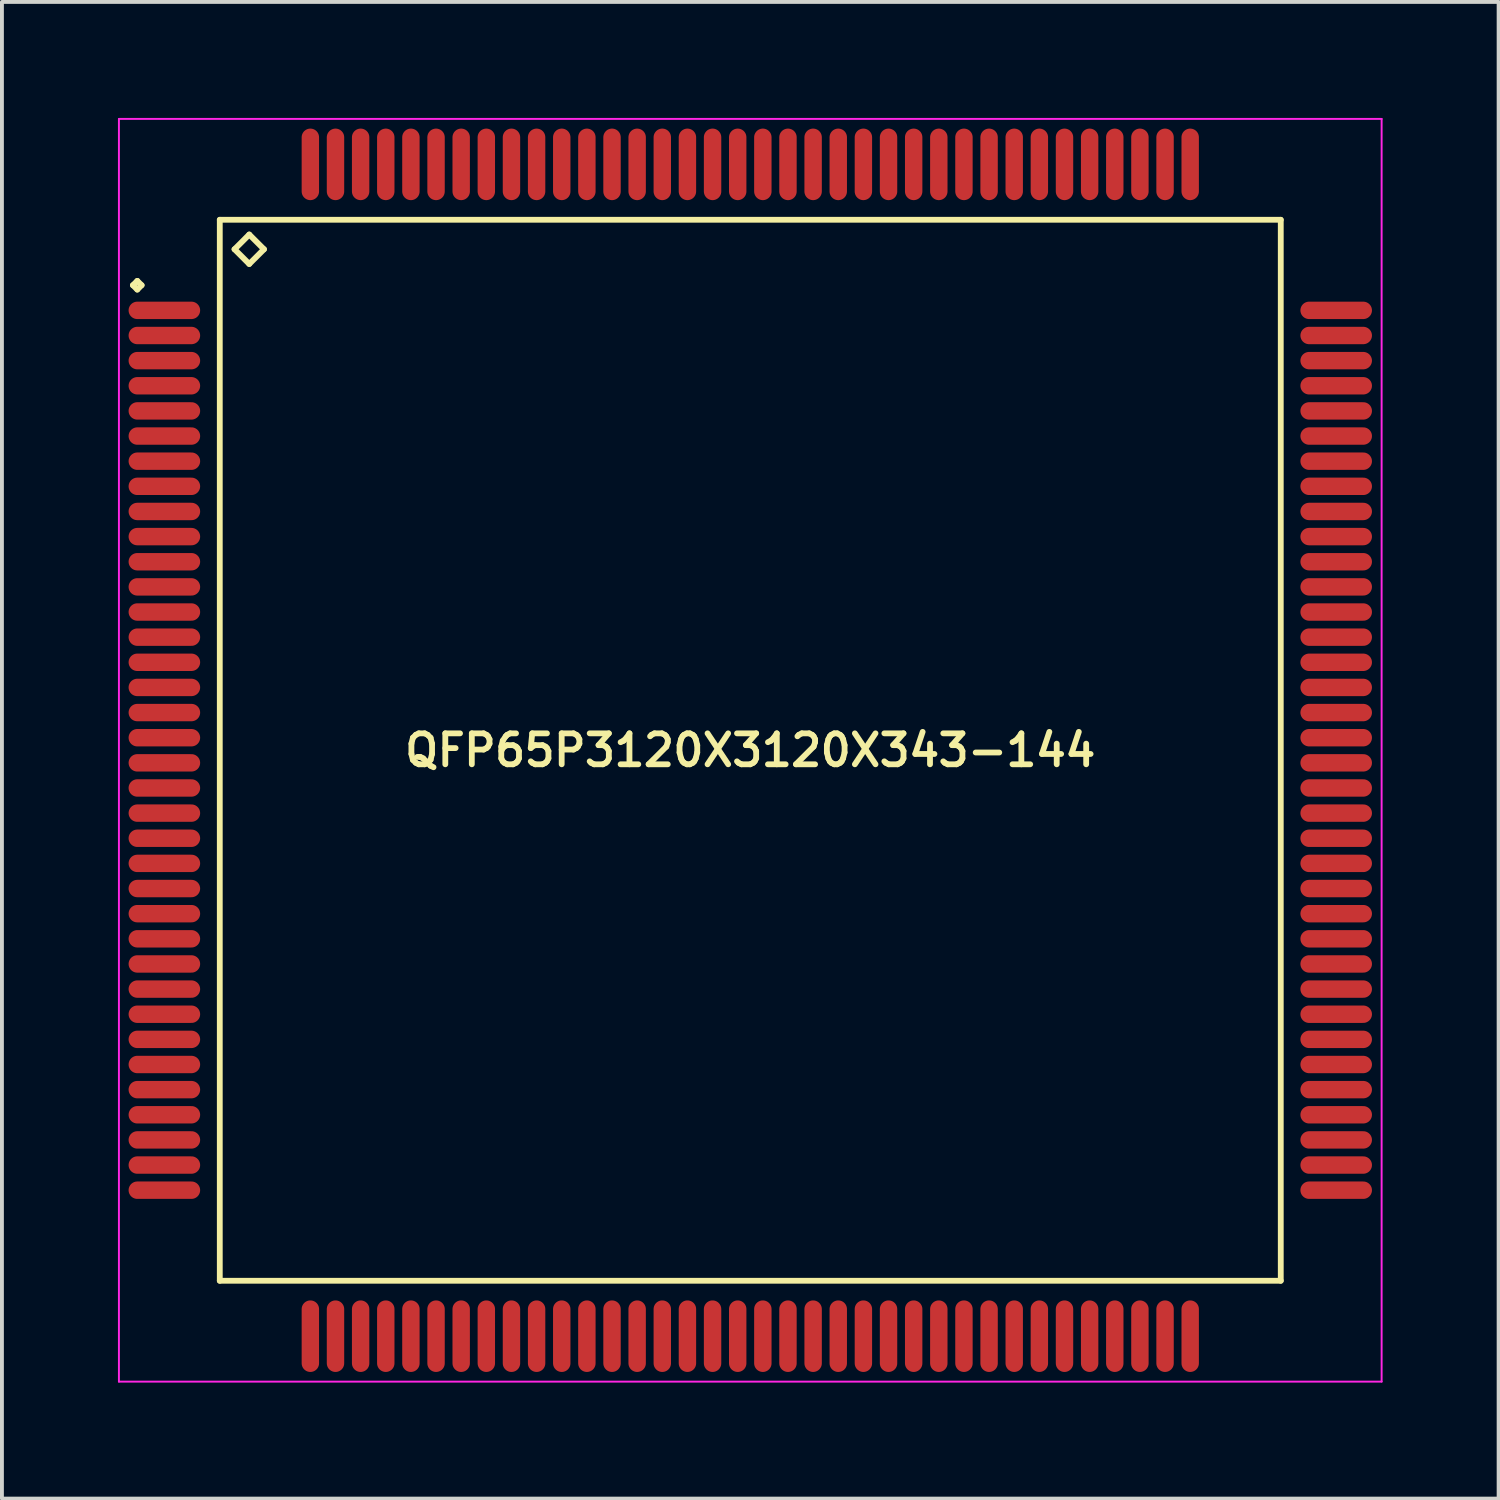
<source format=kicad_pcb>
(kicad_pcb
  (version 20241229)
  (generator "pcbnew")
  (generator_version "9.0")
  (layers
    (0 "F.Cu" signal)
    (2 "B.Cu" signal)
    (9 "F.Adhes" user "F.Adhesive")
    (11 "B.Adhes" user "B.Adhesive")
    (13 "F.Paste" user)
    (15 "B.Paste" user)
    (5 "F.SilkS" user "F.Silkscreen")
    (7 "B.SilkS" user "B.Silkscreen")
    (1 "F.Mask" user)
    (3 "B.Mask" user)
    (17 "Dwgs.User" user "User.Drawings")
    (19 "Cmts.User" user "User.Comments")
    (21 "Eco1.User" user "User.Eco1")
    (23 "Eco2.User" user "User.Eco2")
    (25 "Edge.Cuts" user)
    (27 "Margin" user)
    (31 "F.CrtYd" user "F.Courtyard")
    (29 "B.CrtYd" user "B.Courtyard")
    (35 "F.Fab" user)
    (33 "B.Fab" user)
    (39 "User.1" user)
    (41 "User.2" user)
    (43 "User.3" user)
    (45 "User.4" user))
  (footprint "QFP65P3120X3120X343-144"
    (layer "F.Cu")
    (at 16.35 16.35)
    (property "Reference" "QFP65P3120X3120X343-144" (at 0 0 0) (layer "F.SilkS") (effects (font (size 0.8 0.8) (thickness 0.15))))
    (attr smd)
    (fp_line (start -15.963 -12.025) (end -15.85 -12.137) (stroke (width 0.15) (type solid)) (layer "F.SilkS"))
    (fp_line (start -15.85 -12.137) (end -15.738 -12.025) (stroke (width 0.15) (type solid)) (layer "F.SilkS"))
    (fp_line (start -15.85 -11.912) (end -15.963 -12.025) (stroke (width 0.15) (type solid)) (layer "F.SilkS"))
    (fp_line (start -15.738 -12.025) (end -15.85 -11.912) (stroke (width 0.15) (type solid)) (layer "F.SilkS"))
    (fp_line (start -13.717 -13.717) (end -13.717 13.717) (stroke (width 0.15) (type solid)) (layer "F.SilkS"))
    (fp_line (start -13.717 13.717) (end 13.717 13.717) (stroke (width 0.15) (type solid)) (layer "F.SilkS"))
    (fp_line (start -13.336 -12.955) (end -12.955 -13.336) (stroke (width 0.15) (type solid)) (layer "F.SilkS"))
    (fp_line (start -12.955 -13.336) (end -12.574 -12.955) (stroke (width 0.15) (type solid)) (layer "F.SilkS"))
    (fp_line (start -12.955 -12.574) (end -13.336 -12.955) (stroke (width 0.15) (type solid)) (layer "F.SilkS"))
    (fp_line (start -12.574 -12.955) (end -12.955 -12.574) (stroke (width 0.15) (type solid)) (layer "F.SilkS"))
    (fp_line (start 13.717 -13.717) (end -13.717 -13.717) (stroke (width 0.15) (type solid)) (layer "F.SilkS"))
    (fp_line (start 13.717 13.717) (end 13.717 -13.717) (stroke (width 0.15) (type solid)) (layer "F.SilkS"))
    (fp_line (start -16.325 -16.325) (end 16.325 -16.325) (stroke (width 0.05) (type solid)) (layer "F.CrtYd"))
    (fp_line (start -16.325 16.325) (end -16.325 -16.325) (stroke (width 0.05) (type solid)) (layer "F.CrtYd"))
    (fp_line (start 16.325 -16.325) (end 16.325 16.325) (stroke (width 0.05) (type solid)) (layer "F.CrtYd"))
    (fp_line (start 16.325 16.325) (end -16.325 16.325) (stroke (width 0.05) (type solid)) (layer "F.CrtYd"))
    (pad "1" smd oval (at -15.15 -11.375) (size 1.85 0.45) (layers "F.Cu" "F.Mask" "F.Paste"))
    (pad "2" smd oval (at -15.15 -10.725) (size 1.85 0.45) (layers "F.Cu" "F.Mask" "F.Paste"))
    (pad "3" smd oval (at -15.15 -10.075) (size 1.85 0.45) (layers "F.Cu" "F.Mask" "F.Paste"))
    (pad "4" smd oval (at -15.15 -9.425) (size 1.85 0.45) (layers "F.Cu" "F.Mask" "F.Paste"))
    (pad "5" smd oval (at -15.15 -8.775) (size 1.85 0.45) (layers "F.Cu" "F.Mask" "F.Paste"))
    (pad "6" smd oval (at -15.15 -8.125) (size 1.85 0.45) (layers "F.Cu" "F.Mask" "F.Paste"))
    (pad "7" smd oval (at -15.15 -7.475) (size 1.85 0.45) (layers "F.Cu" "F.Mask" "F.Paste"))
    (pad "8" smd oval (at -15.15 -6.825) (size 1.85 0.45) (layers "F.Cu" "F.Mask" "F.Paste"))
    (pad "9" smd oval (at -15.15 -6.175) (size 1.85 0.45) (layers "F.Cu" "F.Mask" "F.Paste"))
    (pad "10" smd oval (at -15.15 -5.525) (size 1.85 0.45) (layers "F.Cu" "F.Mask" "F.Paste"))
    (pad "11" smd oval (at -15.15 -4.875) (size 1.85 0.45) (layers "F.Cu" "F.Mask" "F.Paste"))
    (pad "12" smd oval (at -15.15 -4.225) (size 1.85 0.45) (layers "F.Cu" "F.Mask" "F.Paste"))
    (pad "13" smd oval (at -15.15 -3.575) (size 1.85 0.45) (layers "F.Cu" "F.Mask" "F.Paste"))
    (pad "14" smd oval (at -15.15 -2.925) (size 1.85 0.45) (layers "F.Cu" "F.Mask" "F.Paste"))
    (pad "15" smd oval (at -15.15 -2.275) (size 1.85 0.45) (layers "F.Cu" "F.Mask" "F.Paste"))
    (pad "16" smd oval (at -15.15 -1.625) (size 1.85 0.45) (layers "F.Cu" "F.Mask" "F.Paste"))
    (pad "17" smd oval (at -15.15 -0.975) (size 1.85 0.45) (layers "F.Cu" "F.Mask" "F.Paste"))
    (pad "18" smd oval (at -15.15 -0.325) (size 1.85 0.45) (layers "F.Cu" "F.Mask" "F.Paste"))
    (pad "19" smd oval (at -15.15 0.325) (size 1.85 0.45) (layers "F.Cu" "F.Mask" "F.Paste"))
    (pad "20" smd oval (at -15.15 0.975) (size 1.85 0.45) (layers "F.Cu" "F.Mask" "F.Paste"))
    (pad "21" smd oval (at -15.15 1.625) (size 1.85 0.45) (layers "F.Cu" "F.Mask" "F.Paste"))
    (pad "22" smd oval (at -15.15 2.275) (size 1.85 0.45) (layers "F.Cu" "F.Mask" "F.Paste"))
    (pad "23" smd oval (at -15.15 2.925) (size 1.85 0.45) (layers "F.Cu" "F.Mask" "F.Paste"))
    (pad "24" smd oval (at -15.15 3.575) (size 1.85 0.45) (layers "F.Cu" "F.Mask" "F.Paste"))
    (pad "25" smd oval (at -15.15 4.225) (size 1.85 0.45) (layers "F.Cu" "F.Mask" "F.Paste"))
    (pad "26" smd oval (at -15.15 4.875) (size 1.85 0.45) (layers "F.Cu" "F.Mask" "F.Paste"))
    (pad "27" smd oval (at -15.15 5.525) (size 1.85 0.45) (layers "F.Cu" "F.Mask" "F.Paste"))
    (pad "28" smd oval (at -15.15 6.175) (size 1.85 0.45) (layers "F.Cu" "F.Mask" "F.Paste"))
    (pad "29" smd oval (at -15.15 6.825) (size 1.85 0.45) (layers "F.Cu" "F.Mask" "F.Paste"))
    (pad "30" smd oval (at -15.15 7.475) (size 1.85 0.45) (layers "F.Cu" "F.Mask" "F.Paste"))
    (pad "31" smd oval (at -15.15 8.125) (size 1.85 0.45) (layers "F.Cu" "F.Mask" "F.Paste"))
    (pad "32" smd oval (at -15.15 8.775) (size 1.85 0.45) (layers "F.Cu" "F.Mask" "F.Paste"))
    (pad "33" smd oval (at -15.15 9.425) (size 1.85 0.45) (layers "F.Cu" "F.Mask" "F.Paste"))
    (pad "34" smd oval (at -15.15 10.075) (size 1.85 0.45) (layers "F.Cu" "F.Mask" "F.Paste"))
    (pad "35" smd oval (at -15.15 10.725) (size 1.85 0.45) (layers "F.Cu" "F.Mask" "F.Paste"))
    (pad "36" smd oval (at -15.15 11.375) (size 1.85 0.45) (layers "F.Cu" "F.Mask" "F.Paste"))
    (pad "37" smd oval (at -11.375 15.15) (size 0.45 1.85) (layers "F.Cu" "F.Mask" "F.Paste"))
    (pad "38" smd oval (at -10.725 15.15) (size 0.45 1.85) (layers "F.Cu" "F.Mask" "F.Paste"))
    (pad "39" smd oval (at -10.075 15.15) (size 0.45 1.85) (layers "F.Cu" "F.Mask" "F.Paste"))
    (pad "40" smd oval (at -9.425 15.15) (size 0.45 1.85) (layers "F.Cu" "F.Mask" "F.Paste"))
    (pad "41" smd oval (at -8.775 15.15) (size 0.45 1.85) (layers "F.Cu" "F.Mask" "F.Paste"))
    (pad "42" smd oval (at -8.125 15.15) (size 0.45 1.85) (layers "F.Cu" "F.Mask" "F.Paste"))
    (pad "43" smd oval (at -7.475 15.15) (size 0.45 1.85) (layers "F.Cu" "F.Mask" "F.Paste"))
    (pad "44" smd oval (at -6.825 15.15) (size 0.45 1.85) (layers "F.Cu" "F.Mask" "F.Paste"))
    (pad "45" smd oval (at -6.175 15.15) (size 0.45 1.85) (layers "F.Cu" "F.Mask" "F.Paste"))
    (pad "46" smd oval (at -5.525 15.15) (size 0.45 1.85) (layers "F.Cu" "F.Mask" "F.Paste"))
    (pad "47" smd oval (at -4.875 15.15) (size 0.45 1.85) (layers "F.Cu" "F.Mask" "F.Paste"))
    (pad "48" smd oval (at -4.225 15.15) (size 0.45 1.85) (layers "F.Cu" "F.Mask" "F.Paste"))
    (pad "49" smd oval (at -3.575 15.15) (size 0.45 1.85) (layers "F.Cu" "F.Mask" "F.Paste"))
    (pad "50" smd oval (at -2.925 15.15) (size 0.45 1.85) (layers "F.Cu" "F.Mask" "F.Paste"))
    (pad "51" smd oval (at -2.275 15.15) (size 0.45 1.85) (layers "F.Cu" "F.Mask" "F.Paste"))
    (pad "52" smd oval (at -1.625 15.15) (size 0.45 1.85) (layers "F.Cu" "F.Mask" "F.Paste"))
    (pad "53" smd oval (at -0.975 15.15) (size 0.45 1.85) (layers "F.Cu" "F.Mask" "F.Paste"))
    (pad "54" smd oval (at -0.325 15.15) (size 0.45 1.85) (layers "F.Cu" "F.Mask" "F.Paste"))
    (pad "55" smd oval (at 0.325 15.15) (size 0.45 1.85) (layers "F.Cu" "F.Mask" "F.Paste"))
    (pad "56" smd oval (at 0.975 15.15) (size 0.45 1.85) (layers "F.Cu" "F.Mask" "F.Paste"))
    (pad "57" smd oval (at 1.625 15.15) (size 0.45 1.85) (layers "F.Cu" "F.Mask" "F.Paste"))
    (pad "58" smd oval (at 2.275 15.15) (size 0.45 1.85) (layers "F.Cu" "F.Mask" "F.Paste"))
    (pad "59" smd oval (at 2.925 15.15) (size 0.45 1.85) (layers "F.Cu" "F.Mask" "F.Paste"))
    (pad "60" smd oval (at 3.575 15.15) (size 0.45 1.85) (layers "F.Cu" "F.Mask" "F.Paste"))
    (pad "61" smd oval (at 4.225 15.15) (size 0.45 1.85) (layers "F.Cu" "F.Mask" "F.Paste"))
    (pad "62" smd oval (at 4.875 15.15) (size 0.45 1.85) (layers "F.Cu" "F.Mask" "F.Paste"))
    (pad "63" smd oval (at 5.525 15.15) (size 0.45 1.85) (layers "F.Cu" "F.Mask" "F.Paste"))
    (pad "64" smd oval (at 6.175 15.15) (size 0.45 1.85) (layers "F.Cu" "F.Mask" "F.Paste"))
    (pad "65" smd oval (at 6.825 15.15) (size 0.45 1.85) (layers "F.Cu" "F.Mask" "F.Paste"))
    (pad "66" smd oval (at 7.475 15.15) (size 0.45 1.85) (layers "F.Cu" "F.Mask" "F.Paste"))
    (pad "67" smd oval (at 8.125 15.15) (size 0.45 1.85) (layers "F.Cu" "F.Mask" "F.Paste"))
    (pad "68" smd oval (at 8.775 15.15) (size 0.45 1.85) (layers "F.Cu" "F.Mask" "F.Paste"))
    (pad "69" smd oval (at 9.425 15.15) (size 0.45 1.85) (layers "F.Cu" "F.Mask" "F.Paste"))
    (pad "70" smd oval (at 10.075 15.15) (size 0.45 1.85) (layers "F.Cu" "F.Mask" "F.Paste"))
    (pad "71" smd oval (at 10.725 15.15) (size 0.45 1.85) (layers "F.Cu" "F.Mask" "F.Paste"))
    (pad "72" smd oval (at 11.375 15.15) (size 0.45 1.85) (layers "F.Cu" "F.Mask" "F.Paste"))
    (pad "73" smd oval (at 15.15 11.375) (size 1.85 0.45) (layers "F.Cu" "F.Mask" "F.Paste"))
    (pad "74" smd oval (at 15.15 10.725) (size 1.85 0.45) (layers "F.Cu" "F.Mask" "F.Paste"))
    (pad "75" smd oval (at 15.15 10.075) (size 1.85 0.45) (layers "F.Cu" "F.Mask" "F.Paste"))
    (pad "76" smd oval (at 15.15 9.425) (size 1.85 0.45) (layers "F.Cu" "F.Mask" "F.Paste"))
    (pad "77" smd oval (at 15.15 8.775) (size 1.85 0.45) (layers "F.Cu" "F.Mask" "F.Paste"))
    (pad "78" smd oval (at 15.15 8.125) (size 1.85 0.45) (layers "F.Cu" "F.Mask" "F.Paste"))
    (pad "79" smd oval (at 15.15 7.475) (size 1.85 0.45) (layers "F.Cu" "F.Mask" "F.Paste"))
    (pad "80" smd oval (at 15.15 6.825) (size 1.85 0.45) (layers "F.Cu" "F.Mask" "F.Paste"))
    (pad "81" smd oval (at 15.15 6.175) (size 1.85 0.45) (layers "F.Cu" "F.Mask" "F.Paste"))
    (pad "82" smd oval (at 15.15 5.525) (size 1.85 0.45) (layers "F.Cu" "F.Mask" "F.Paste"))
    (pad "83" smd oval (at 15.15 4.875) (size 1.85 0.45) (layers "F.Cu" "F.Mask" "F.Paste"))
    (pad "84" smd oval (at 15.15 4.225) (size 1.85 0.45) (layers "F.Cu" "F.Mask" "F.Paste"))
    (pad "85" smd oval (at 15.15 3.575) (size 1.85 0.45) (layers "F.Cu" "F.Mask" "F.Paste"))
    (pad "86" smd oval (at 15.15 2.925) (size 1.85 0.45) (layers "F.Cu" "F.Mask" "F.Paste"))
    (pad "87" smd oval (at 15.15 2.275) (size 1.85 0.45) (layers "F.Cu" "F.Mask" "F.Paste"))
    (pad "88" smd oval (at 15.15 1.625) (size 1.85 0.45) (layers "F.Cu" "F.Mask" "F.Paste"))
    (pad "89" smd oval (at 15.15 0.975) (size 1.85 0.45) (layers "F.Cu" "F.Mask" "F.Paste"))
    (pad "90" smd oval (at 15.15 0.325) (size 1.85 0.45) (layers "F.Cu" "F.Mask" "F.Paste"))
    (pad "91" smd oval (at 15.15 -0.325) (size 1.85 0.45) (layers "F.Cu" "F.Mask" "F.Paste"))
    (pad "92" smd oval (at 15.15 -0.975) (size 1.85 0.45) (layers "F.Cu" "F.Mask" "F.Paste"))
    (pad "93" smd oval (at 15.15 -1.625) (size 1.85 0.45) (layers "F.Cu" "F.Mask" "F.Paste"))
    (pad "94" smd oval (at 15.15 -2.275) (size 1.85 0.45) (layers "F.Cu" "F.Mask" "F.Paste"))
    (pad "95" smd oval (at 15.15 -2.925) (size 1.85 0.45) (layers "F.Cu" "F.Mask" "F.Paste"))
    (pad "96" smd oval (at 15.15 -3.575) (size 1.85 0.45) (layers "F.Cu" "F.Mask" "F.Paste"))
    (pad "97" smd oval (at 15.15 -4.225) (size 1.85 0.45) (layers "F.Cu" "F.Mask" "F.Paste"))
    (pad "98" smd oval (at 15.15 -4.875) (size 1.85 0.45) (layers "F.Cu" "F.Mask" "F.Paste"))
    (pad "99" smd oval (at 15.15 -5.525) (size 1.85 0.45) (layers "F.Cu" "F.Mask" "F.Paste"))
    (pad "100" smd oval (at 15.15 -6.175) (size 1.85 0.45) (layers "F.Cu" "F.Mask" "F.Paste"))
    (pad "101" smd oval (at 15.15 -6.825) (size 1.85 0.45) (layers "F.Cu" "F.Mask" "F.Paste"))
    (pad "102" smd oval (at 15.15 -7.475) (size 1.85 0.45) (layers "F.Cu" "F.Mask" "F.Paste"))
    (pad "103" smd oval (at 15.15 -8.125) (size 1.85 0.45) (layers "F.Cu" "F.Mask" "F.Paste"))
    (pad "104" smd oval (at 15.15 -8.775) (size 1.85 0.45) (layers "F.Cu" "F.Mask" "F.Paste"))
    (pad "105" smd oval (at 15.15 -9.425) (size 1.85 0.45) (layers "F.Cu" "F.Mask" "F.Paste"))
    (pad "106" smd oval (at 15.15 -10.075) (size 1.85 0.45) (layers "F.Cu" "F.Mask" "F.Paste"))
    (pad "107" smd oval (at 15.15 -10.725) (size 1.85 0.45) (layers "F.Cu" "F.Mask" "F.Paste"))
    (pad "108" smd oval (at 15.15 -11.375) (size 1.85 0.45) (layers "F.Cu" "F.Mask" "F.Paste"))
    (pad "109" smd oval (at 11.375 -15.15) (size 0.45 1.85) (layers "F.Cu" "F.Mask" "F.Paste"))
    (pad "110" smd oval (at 10.725 -15.15) (size 0.45 1.85) (layers "F.Cu" "F.Mask" "F.Paste"))
    (pad "111" smd oval (at 10.075 -15.15) (size 0.45 1.85) (layers "F.Cu" "F.Mask" "F.Paste"))
    (pad "112" smd oval (at 9.425 -15.15) (size 0.45 1.85) (layers "F.Cu" "F.Mask" "F.Paste"))
    (pad "113" smd oval (at 8.775 -15.15) (size 0.45 1.85) (layers "F.Cu" "F.Mask" "F.Paste"))
    (pad "114" smd oval (at 8.125 -15.15) (size 0.45 1.85) (layers "F.Cu" "F.Mask" "F.Paste"))
    (pad "115" smd oval (at 7.475 -15.15) (size 0.45 1.85) (layers "F.Cu" "F.Mask" "F.Paste"))
    (pad "116" smd oval (at 6.825 -15.15) (size 0.45 1.85) (layers "F.Cu" "F.Mask" "F.Paste"))
    (pad "117" smd oval (at 6.175 -15.15) (size 0.45 1.85) (layers "F.Cu" "F.Mask" "F.Paste"))
    (pad "118" smd oval (at 5.525 -15.15) (size 0.45 1.85) (layers "F.Cu" "F.Mask" "F.Paste"))
    (pad "119" smd oval (at 4.875 -15.15) (size 0.45 1.85) (layers "F.Cu" "F.Mask" "F.Paste"))
    (pad "120" smd oval (at 4.225 -15.15) (size 0.45 1.85) (layers "F.Cu" "F.Mask" "F.Paste"))
    (pad "121" smd oval (at 3.575 -15.15) (size 0.45 1.85) (layers "F.Cu" "F.Mask" "F.Paste"))
    (pad "122" smd oval (at 2.925 -15.15) (size 0.45 1.85) (layers "F.Cu" "F.Mask" "F.Paste"))
    (pad "123" smd oval (at 2.275 -15.15) (size 0.45 1.85) (layers "F.Cu" "F.Mask" "F.Paste"))
    (pad "124" smd oval (at 1.625 -15.15) (size 0.45 1.85) (layers "F.Cu" "F.Mask" "F.Paste"))
    (pad "125" smd oval (at 0.975 -15.15) (size 0.45 1.85) (layers "F.Cu" "F.Mask" "F.Paste"))
    (pad "126" smd oval (at 0.325 -15.15) (size 0.45 1.85) (layers "F.Cu" "F.Mask" "F.Paste"))
    (pad "127" smd oval (at -0.325 -15.15) (size 0.45 1.85) (layers "F.Cu" "F.Mask" "F.Paste"))
    (pad "128" smd oval (at -0.975 -15.15) (size 0.45 1.85) (layers "F.Cu" "F.Mask" "F.Paste"))
    (pad "129" smd oval (at -1.625 -15.15) (size 0.45 1.85) (layers "F.Cu" "F.Mask" "F.Paste"))
    (pad "130" smd oval (at -2.275 -15.15) (size 0.45 1.85) (layers "F.Cu" "F.Mask" "F.Paste"))
    (pad "131" smd oval (at -2.925 -15.15) (size 0.45 1.85) (layers "F.Cu" "F.Mask" "F.Paste"))
    (pad "132" smd oval (at -3.575 -15.15) (size 0.45 1.85) (layers "F.Cu" "F.Mask" "F.Paste"))
    (pad "133" smd oval (at -4.225 -15.15) (size 0.45 1.85) (layers "F.Cu" "F.Mask" "F.Paste"))
    (pad "134" smd oval (at -4.875 -15.15) (size 0.45 1.85) (layers "F.Cu" "F.Mask" "F.Paste"))
    (pad "135" smd oval (at -5.525 -15.15) (size 0.45 1.85) (layers "F.Cu" "F.Mask" "F.Paste"))
    (pad "136" smd oval (at -6.175 -15.15) (size 0.45 1.85) (layers "F.Cu" "F.Mask" "F.Paste"))
    (pad "137" smd oval (at -6.825 -15.15) (size 0.45 1.85) (layers "F.Cu" "F.Mask" "F.Paste"))
    (pad "138" smd oval (at -7.475 -15.15) (size 0.45 1.85) (layers "F.Cu" "F.Mask" "F.Paste"))
    (pad "139" smd oval (at -8.125 -15.15) (size 0.45 1.85) (layers "F.Cu" "F.Mask" "F.Paste"))
    (pad "140" smd oval (at -8.775 -15.15) (size 0.45 1.85) (layers "F.Cu" "F.Mask" "F.Paste"))
    (pad "141" smd oval (at -9.425 -15.15) (size 0.45 1.85) (layers "F.Cu" "F.Mask" "F.Paste"))
    (pad "142" smd oval (at -10.075 -15.15) (size 0.45 1.85) (layers "F.Cu" "F.Mask" "F.Paste"))
    (pad "143" smd oval (at -10.725 -15.15) (size 0.45 1.85) (layers "F.Cu" "F.Mask" "F.Paste"))
    (pad "144" smd oval (at -11.375 -15.15) (size 0.45 1.85) (layers "F.Cu" "F.Mask" "F.Paste")))
  (gr_rect
    (start -3 -3)
    (end 35.7 35.7)
    (stroke (width 0.1) (type default))
    (fill no)
    (layer "Edge.Cuts")))
</source>
